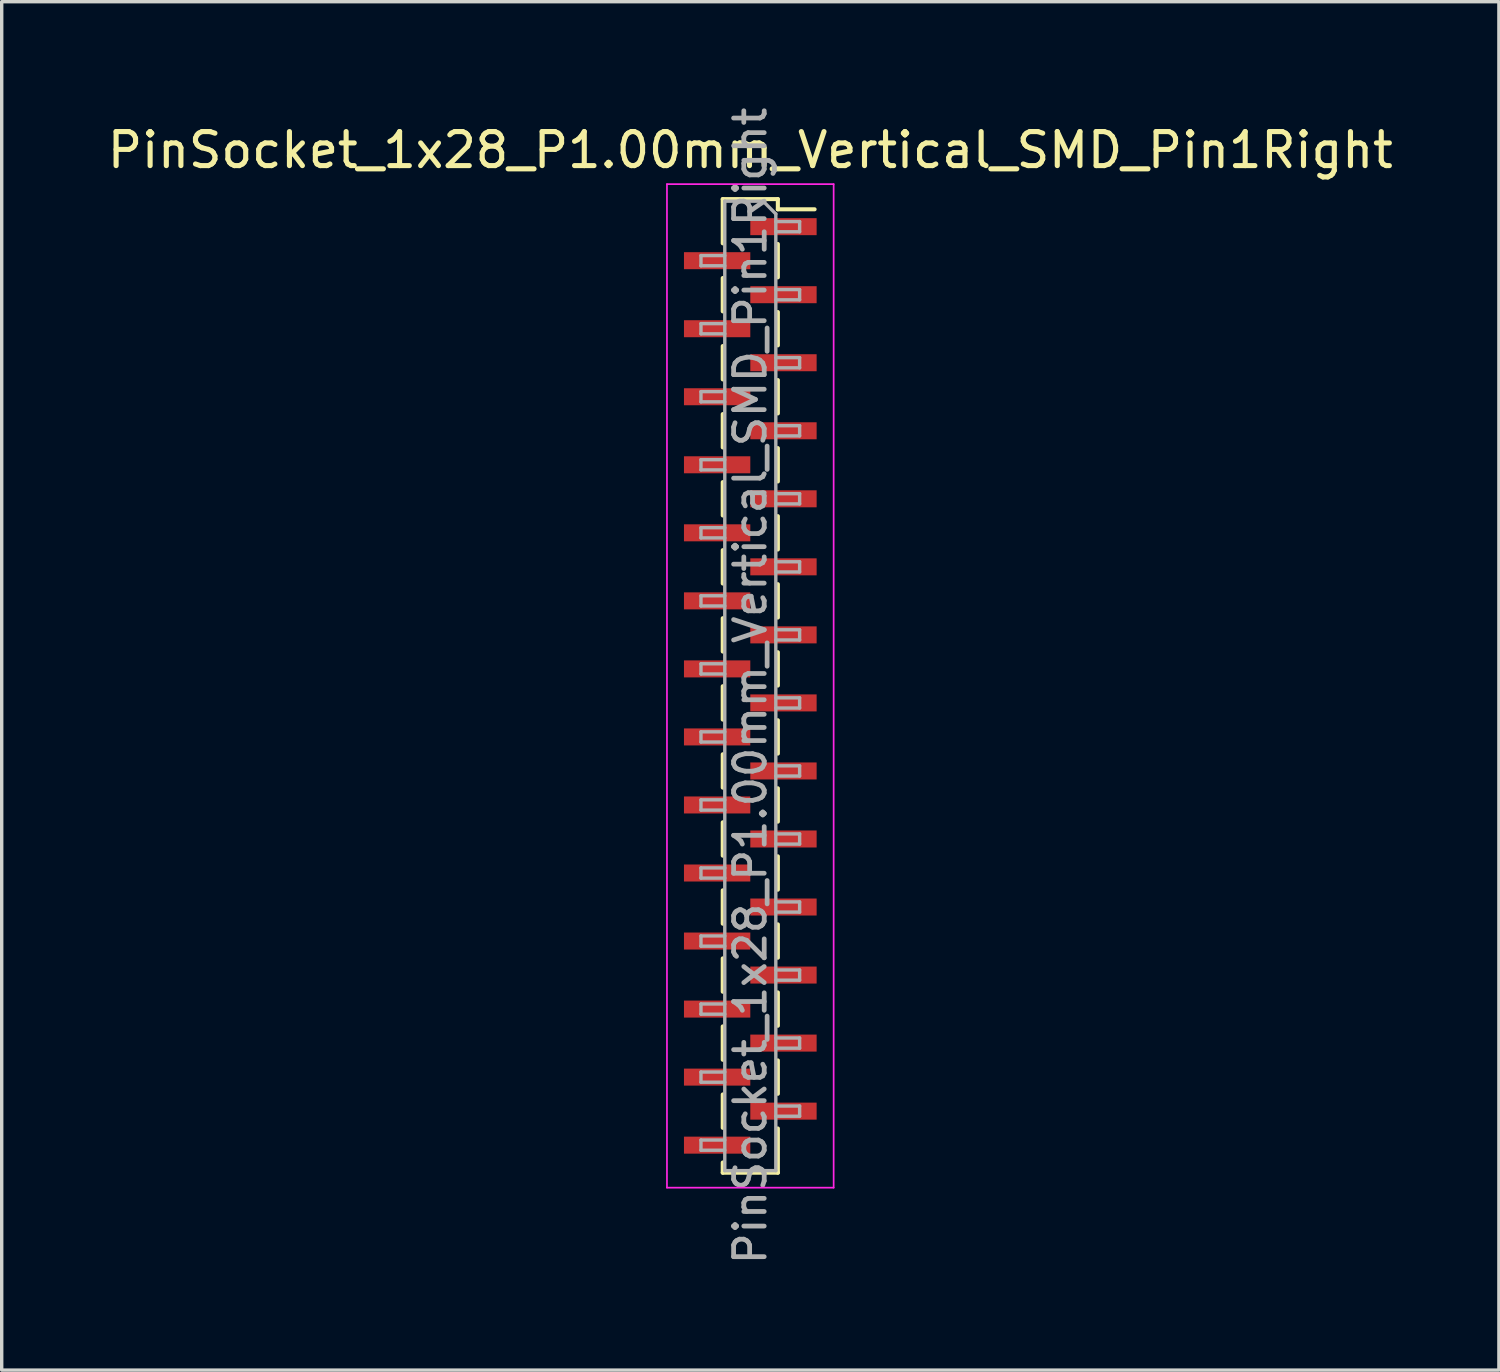
<source format=kicad_pcb>
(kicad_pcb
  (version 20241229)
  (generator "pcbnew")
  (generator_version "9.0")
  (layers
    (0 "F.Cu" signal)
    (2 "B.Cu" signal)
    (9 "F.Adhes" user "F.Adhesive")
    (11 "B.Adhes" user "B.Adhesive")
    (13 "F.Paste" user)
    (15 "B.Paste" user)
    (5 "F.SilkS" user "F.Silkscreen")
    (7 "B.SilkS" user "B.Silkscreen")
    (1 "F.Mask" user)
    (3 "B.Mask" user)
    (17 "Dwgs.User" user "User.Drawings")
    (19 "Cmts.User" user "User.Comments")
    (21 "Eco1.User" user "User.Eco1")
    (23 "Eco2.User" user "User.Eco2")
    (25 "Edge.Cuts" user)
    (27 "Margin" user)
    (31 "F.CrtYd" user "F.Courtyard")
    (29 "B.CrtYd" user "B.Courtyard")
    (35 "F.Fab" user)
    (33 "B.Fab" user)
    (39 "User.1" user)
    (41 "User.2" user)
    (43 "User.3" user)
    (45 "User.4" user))
  (footprint "PinSocket_1x28_P1.00mm_Vertical_SMD_Pin1Right"
    (layer "F.Cu")
    (at 19.006 17.113)
    (property "Reference" "PinSocket_1x28_P1.00mm_Vertical_SMD_Pin1Right" (at 0 -15.75 0) (layer "F.SilkS") (effects (font (size 1 1) (thickness 0.15))))
    (attr smd)
    (fp_line (start -0.81 -14.31) (end -0.81 -13.01) (stroke (width 0.12) (type solid)) (layer "F.SilkS"))
    (fp_line (start -0.81 -14.31) (end 0.81 -14.31) (stroke (width 0.12) (type solid)) (layer "F.SilkS"))
    (fp_line (start -0.81 -11.99) (end -0.81 -11.01) (stroke (width 0.12) (type solid)) (layer "F.SilkS"))
    (fp_line (start -0.81 -9.99) (end -0.81 -9.01) (stroke (width 0.12) (type solid)) (layer "F.SilkS"))
    (fp_line (start -0.81 -7.99) (end -0.81 -7.01) (stroke (width 0.12) (type solid)) (layer "F.SilkS"))
    (fp_line (start -0.81 -5.99) (end -0.81 -5.01) (stroke (width 0.12) (type solid)) (layer "F.SilkS"))
    (fp_line (start -0.81 -3.99) (end -0.81 -3.01) (stroke (width 0.12) (type solid)) (layer "F.SilkS"))
    (fp_line (start -0.81 -1.99) (end -0.81 -1.01) (stroke (width 0.12) (type solid)) (layer "F.SilkS"))
    (fp_line (start -0.81 0.01) (end -0.81 0.99) (stroke (width 0.12) (type solid)) (layer "F.SilkS"))
    (fp_line (start -0.81 2.01) (end -0.81 2.99) (stroke (width 0.12) (type solid)) (layer "F.SilkS"))
    (fp_line (start -0.81 4.01) (end -0.81 4.99) (stroke (width 0.12) (type solid)) (layer "F.SilkS"))
    (fp_line (start -0.81 6.01) (end -0.81 6.99) (stroke (width 0.12) (type solid)) (layer "F.SilkS"))
    (fp_line (start -0.81 8.01) (end -0.81 8.99) (stroke (width 0.12) (type solid)) (layer "F.SilkS"))
    (fp_line (start -0.81 10.01) (end -0.81 10.99) (stroke (width 0.12) (type solid)) (layer "F.SilkS"))
    (fp_line (start -0.81 12.01) (end -0.81 12.99) (stroke (width 0.12) (type solid)) (layer "F.SilkS"))
    (fp_line (start -0.81 14.01) (end -0.81 14.31) (stroke (width 0.12) (type solid)) (layer "F.SilkS"))
    (fp_line (start -0.81 14.31) (end 0.81 14.31) (stroke (width 0.12) (type solid)) (layer "F.SilkS"))
    (fp_line (start 0.81 -14.31) (end 0.81 -14.01) (stroke (width 0.12) (type solid)) (layer "F.SilkS"))
    (fp_line (start 0.81 -14.01) (end 1.89 -14.01) (stroke (width 0.12) (type solid)) (layer "F.SilkS"))
    (fp_line (start 0.81 -12.99) (end 0.81 -12.01) (stroke (width 0.12) (type solid)) (layer "F.SilkS"))
    (fp_line (start 0.81 -10.99) (end 0.81 -10.01) (stroke (width 0.12) (type solid)) (layer "F.SilkS"))
    (fp_line (start 0.81 -8.99) (end 0.81 -8.01) (stroke (width 0.12) (type solid)) (layer "F.SilkS"))
    (fp_line (start 0.81 -6.99) (end 0.81 -6.01) (stroke (width 0.12) (type solid)) (layer "F.SilkS"))
    (fp_line (start 0.81 -4.99) (end 0.81 -4.01) (stroke (width 0.12) (type solid)) (layer "F.SilkS"))
    (fp_line (start 0.81 -2.99) (end 0.81 -2.01) (stroke (width 0.12) (type solid)) (layer "F.SilkS"))
    (fp_line (start 0.81 -0.99) (end 0.81 -0.01) (stroke (width 0.12) (type solid)) (layer "F.SilkS"))
    (fp_line (start 0.81 1.01) (end 0.81 1.99) (stroke (width 0.12) (type solid)) (layer "F.SilkS"))
    (fp_line (start 0.81 3.01) (end 0.81 3.99) (stroke (width 0.12) (type solid)) (layer "F.SilkS"))
    (fp_line (start 0.81 5.01) (end 0.81 5.99) (stroke (width 0.12) (type solid)) (layer "F.SilkS"))
    (fp_line (start 0.81 7.01) (end 0.81 7.99) (stroke (width 0.12) (type solid)) (layer "F.SilkS"))
    (fp_line (start 0.81 9.01) (end 0.81 9.99) (stroke (width 0.12) (type solid)) (layer "F.SilkS"))
    (fp_line (start 0.81 11.01) (end 0.81 11.99) (stroke (width 0.12) (type solid)) (layer "F.SilkS"))
    (fp_line (start 0.81 13.01) (end 0.81 14.31) (stroke (width 0.12) (type solid)) (layer "F.SilkS"))
    (fp_line (start -2.45 -14.75) (end 2.45 -14.75) (stroke (width 0.05) (type solid)) (layer "F.CrtYd"))
    (fp_line (start -2.45 14.75) (end -2.45 -14.75) (stroke (width 0.05) (type solid)) (layer "F.CrtYd"))
    (fp_line (start 2.45 -14.75) (end 2.45 14.75) (stroke (width 0.05) (type solid)) (layer "F.CrtYd"))
    (fp_line (start 2.45 14.75) (end -2.45 14.75) (stroke (width 0.05) (type solid)) (layer "F.CrtYd"))
    (fp_line (start -1.45 -12.65) (end -0.75 -12.65) (stroke (width 0.1) (type solid)) (layer "F.Fab"))
    (fp_line (start -1.45 -12.35) (end -1.45 -12.65) (stroke (width 0.1) (type solid)) (layer "F.Fab"))
    (fp_line (start -1.45 -10.65) (end -0.75 -10.65) (stroke (width 0.1) (type solid)) (layer "F.Fab"))
    (fp_line (start -1.45 -10.35) (end -1.45 -10.65) (stroke (width 0.1) (type solid)) (layer "F.Fab"))
    (fp_line (start -1.45 -8.65) (end -0.75 -8.65) (stroke (width 0.1) (type solid)) (layer "F.Fab"))
    (fp_line (start -1.45 -8.35) (end -1.45 -8.65) (stroke (width 0.1) (type solid)) (layer "F.Fab"))
    (fp_line (start -1.45 -6.65) (end -0.75 -6.65) (stroke (width 0.1) (type solid)) (layer "F.Fab"))
    (fp_line (start -1.45 -6.35) (end -1.45 -6.65) (stroke (width 0.1) (type solid)) (layer "F.Fab"))
    (fp_line (start -1.45 -4.65) (end -0.75 -4.65) (stroke (width 0.1) (type solid)) (layer "F.Fab"))
    (fp_line (start -1.45 -4.35) (end -1.45 -4.65) (stroke (width 0.1) (type solid)) (layer "F.Fab"))
    (fp_line (start -1.45 -2.65) (end -0.75 -2.65) (stroke (width 0.1) (type solid)) (layer "F.Fab"))
    (fp_line (start -1.45 -2.35) (end -1.45 -2.65) (stroke (width 0.1) (type solid)) (layer "F.Fab"))
    (fp_line (start -1.45 -0.65) (end -0.75 -0.65) (stroke (width 0.1) (type solid)) (layer "F.Fab"))
    (fp_line (start -1.45 -0.35) (end -1.45 -0.65) (stroke (width 0.1) (type solid)) (layer "F.Fab"))
    (fp_line (start -1.45 1.35) (end -0.75 1.35) (stroke (width 0.1) (type solid)) (layer "F.Fab"))
    (fp_line (start -1.45 1.65) (end -1.45 1.35) (stroke (width 0.1) (type solid)) (layer "F.Fab"))
    (fp_line (start -1.45 3.35) (end -0.75 3.35) (stroke (width 0.1) (type solid)) (layer "F.Fab"))
    (fp_line (start -1.45 3.65) (end -1.45 3.35) (stroke (width 0.1) (type solid)) (layer "F.Fab"))
    (fp_line (start -1.45 5.35) (end -0.75 5.35) (stroke (width 0.1) (type solid)) (layer "F.Fab"))
    (fp_line (start -1.45 5.65) (end -1.45 5.35) (stroke (width 0.1) (type solid)) (layer "F.Fab"))
    (fp_line (start -1.45 7.35) (end -0.75 7.35) (stroke (width 0.1) (type solid)) (layer "F.Fab"))
    (fp_line (start -1.45 7.65) (end -1.45 7.35) (stroke (width 0.1) (type solid)) (layer "F.Fab"))
    (fp_line (start -1.45 9.35) (end -0.75 9.35) (stroke (width 0.1) (type solid)) (layer "F.Fab"))
    (fp_line (start -1.45 9.65) (end -1.45 9.35) (stroke (width 0.1) (type solid)) (layer "F.Fab"))
    (fp_line (start -1.45 11.35) (end -0.75 11.35) (stroke (width 0.1) (type solid)) (layer "F.Fab"))
    (fp_line (start -1.45 11.65) (end -1.45 11.35) (stroke (width 0.1) (type solid)) (layer "F.Fab"))
    (fp_line (start -1.45 13.35) (end -0.75 13.35) (stroke (width 0.1) (type solid)) (layer "F.Fab"))
    (fp_line (start -1.45 13.65) (end -1.45 13.35) (stroke (width 0.1) (type solid)) (layer "F.Fab"))
    (fp_line (start -0.75 -14.25) (end 0.375 -14.25) (stroke (width 0.1) (type solid)) (layer "F.Fab"))
    (fp_line (start -0.75 -12.35) (end -1.45 -12.35) (stroke (width 0.1) (type solid)) (layer "F.Fab"))
    (fp_line (start -0.75 -10.35) (end -1.45 -10.35) (stroke (width 0.1) (type solid)) (layer "F.Fab"))
    (fp_line (start -0.75 -8.35) (end -1.45 -8.35) (stroke (width 0.1) (type solid)) (layer "F.Fab"))
    (fp_line (start -0.75 -6.35) (end -1.45 -6.35) (stroke (width 0.1) (type solid)) (layer "F.Fab"))
    (fp_line (start -0.75 -4.35) (end -1.45 -4.35) (stroke (width 0.1) (type solid)) (layer "F.Fab"))
    (fp_line (start -0.75 -2.35) (end -1.45 -2.35) (stroke (width 0.1) (type solid)) (layer "F.Fab"))
    (fp_line (start -0.75 -0.35) (end -1.45 -0.35) (stroke (width 0.1) (type solid)) (layer "F.Fab"))
    (fp_line (start -0.75 1.65) (end -1.45 1.65) (stroke (width 0.1) (type solid)) (layer "F.Fab"))
    (fp_line (start -0.75 3.65) (end -1.45 3.65) (stroke (width 0.1) (type solid)) (layer "F.Fab"))
    (fp_line (start -0.75 5.65) (end -1.45 5.65) (stroke (width 0.1) (type solid)) (layer "F.Fab"))
    (fp_line (start -0.75 7.65) (end -1.45 7.65) (stroke (width 0.1) (type solid)) (layer "F.Fab"))
    (fp_line (start -0.75 9.65) (end -1.45 9.65) (stroke (width 0.1) (type solid)) (layer "F.Fab"))
    (fp_line (start -0.75 11.65) (end -1.45 11.65) (stroke (width 0.1) (type solid)) (layer "F.Fab"))
    (fp_line (start -0.75 13.65) (end -1.45 13.65) (stroke (width 0.1) (type solid)) (layer "F.Fab"))
    (fp_line (start -0.75 14.25) (end -0.75 -14.25) (stroke (width 0.1) (type solid)) (layer "F.Fab"))
    (fp_line (start 0.375 -14.25) (end 0.75 -13.875) (stroke (width 0.1) (type solid)) (layer "F.Fab"))
    (fp_line (start 0.75 -13.875) (end 0.75 14.25) (stroke (width 0.1) (type solid)) (layer "F.Fab"))
    (fp_line (start 0.75 -13.65) (end 1.45 -13.65) (stroke (width 0.1) (type solid)) (layer "F.Fab"))
    (fp_line (start 0.75 -11.65) (end 1.45 -11.65) (stroke (width 0.1) (type solid)) (layer "F.Fab"))
    (fp_line (start 0.75 -9.65) (end 1.45 -9.65) (stroke (width 0.1) (type solid)) (layer "F.Fab"))
    (fp_line (start 0.75 -7.65) (end 1.45 -7.65) (stroke (width 0.1) (type solid)) (layer "F.Fab"))
    (fp_line (start 0.75 -5.65) (end 1.45 -5.65) (stroke (width 0.1) (type solid)) (layer "F.Fab"))
    (fp_line (start 0.75 -3.65) (end 1.45 -3.65) (stroke (width 0.1) (type solid)) (layer "F.Fab"))
    (fp_line (start 0.75 -1.65) (end 1.45 -1.65) (stroke (width 0.1) (type solid)) (layer "F.Fab"))
    (fp_line (start 0.75 0.35) (end 1.45 0.35) (stroke (width 0.1) (type solid)) (layer "F.Fab"))
    (fp_line (start 0.75 2.35) (end 1.45 2.35) (stroke (width 0.1) (type solid)) (layer "F.Fab"))
    (fp_line (start 0.75 4.35) (end 1.45 4.35) (stroke (width 0.1) (type solid)) (layer "F.Fab"))
    (fp_line (start 0.75 6.35) (end 1.45 6.35) (stroke (width 0.1) (type solid)) (layer "F.Fab"))
    (fp_line (start 0.75 8.35) (end 1.45 8.35) (stroke (width 0.1) (type solid)) (layer "F.Fab"))
    (fp_line (start 0.75 10.35) (end 1.45 10.35) (stroke (width 0.1) (type solid)) (layer "F.Fab"))
    (fp_line (start 0.75 12.35) (end 1.45 12.35) (stroke (width 0.1) (type solid)) (layer "F.Fab"))
    (fp_line (start 0.75 14.25) (end -0.75 14.25) (stroke (width 0.1) (type solid)) (layer "F.Fab"))
    (fp_line (start 1.45 -13.65) (end 1.45 -13.35) (stroke (width 0.1) (type solid)) (layer "F.Fab"))
    (fp_line (start 1.45 -13.35) (end 0.75 -13.35) (stroke (width 0.1) (type solid)) (layer "F.Fab"))
    (fp_line (start 1.45 -11.65) (end 1.45 -11.35) (stroke (width 0.1) (type solid)) (layer "F.Fab"))
    (fp_line (start 1.45 -11.35) (end 0.75 -11.35) (stroke (width 0.1) (type solid)) (layer "F.Fab"))
    (fp_line (start 1.45 -9.65) (end 1.45 -9.35) (stroke (width 0.1) (type solid)) (layer "F.Fab"))
    (fp_line (start 1.45 -9.35) (end 0.75 -9.35) (stroke (width 0.1) (type solid)) (layer "F.Fab"))
    (fp_line (start 1.45 -7.65) (end 1.45 -7.35) (stroke (width 0.1) (type solid)) (layer "F.Fab"))
    (fp_line (start 1.45 -7.35) (end 0.75 -7.35) (stroke (width 0.1) (type solid)) (layer "F.Fab"))
    (fp_line (start 1.45 -5.65) (end 1.45 -5.35) (stroke (width 0.1) (type solid)) (layer "F.Fab"))
    (fp_line (start 1.45 -5.35) (end 0.75 -5.35) (stroke (width 0.1) (type solid)) (layer "F.Fab"))
    (fp_line (start 1.45 -3.65) (end 1.45 -3.35) (stroke (width 0.1) (type solid)) (layer "F.Fab"))
    (fp_line (start 1.45 -3.35) (end 0.75 -3.35) (stroke (width 0.1) (type solid)) (layer "F.Fab"))
    (fp_line (start 1.45 -1.65) (end 1.45 -1.35) (stroke (width 0.1) (type solid)) (layer "F.Fab"))
    (fp_line (start 1.45 -1.35) (end 0.75 -1.35) (stroke (width 0.1) (type solid)) (layer "F.Fab"))
    (fp_line (start 1.45 0.35) (end 1.45 0.65) (stroke (width 0.1) (type solid)) (layer "F.Fab"))
    (fp_line (start 1.45 0.65) (end 0.75 0.65) (stroke (width 0.1) (type solid)) (layer "F.Fab"))
    (fp_line (start 1.45 2.35) (end 1.45 2.65) (stroke (width 0.1) (type solid)) (layer "F.Fab"))
    (fp_line (start 1.45 2.65) (end 0.75 2.65) (stroke (width 0.1) (type solid)) (layer "F.Fab"))
    (fp_line (start 1.45 4.35) (end 1.45 4.65) (stroke (width 0.1) (type solid)) (layer "F.Fab"))
    (fp_line (start 1.45 4.65) (end 0.75 4.65) (stroke (width 0.1) (type solid)) (layer "F.Fab"))
    (fp_line (start 1.45 6.35) (end 1.45 6.65) (stroke (width 0.1) (type solid)) (layer "F.Fab"))
    (fp_line (start 1.45 6.65) (end 0.75 6.65) (stroke (width 0.1) (type solid)) (layer "F.Fab"))
    (fp_line (start 1.45 8.35) (end 1.45 8.65) (stroke (width 0.1) (type solid)) (layer "F.Fab"))
    (fp_line (start 1.45 8.65) (end 0.75 8.65) (stroke (width 0.1) (type solid)) (layer "F.Fab"))
    (fp_line (start 1.45 10.35) (end 1.45 10.65) (stroke (width 0.1) (type solid)) (layer "F.Fab"))
    (fp_line (start 1.45 10.65) (end 0.75 10.65) (stroke (width 0.1) (type solid)) (layer "F.Fab"))
    (fp_line (start 1.45 12.35) (end 1.45 12.65) (stroke (width 0.1) (type solid)) (layer "F.Fab"))
    (fp_line (start 1.45 12.65) (end 0.75 12.65) (stroke (width 0.1) (type solid)) (layer "F.Fab"))
    (fp_text user "${REFERENCE}" (at 0 0 90) (layer "F.Fab") (effects (font (size 0.9 0.9) (thickness 0.14))))
    (pad "1" smd rect (at 0.975 -13.5) (size 1.95 0.5) (layers "F.Cu" "F.Mask" "F.Paste"))
    (pad "2" smd rect (at -0.975 -12.5) (size 1.95 0.5) (layers "F.Cu" "F.Mask" "F.Paste"))
    (pad "3" smd rect (at 0.975 -11.5) (size 1.95 0.5) (layers "F.Cu" "F.Mask" "F.Paste"))
    (pad "4" smd rect (at -0.975 -10.5) (size 1.95 0.5) (layers "F.Cu" "F.Mask" "F.Paste"))
    (pad "5" smd rect (at 0.975 -9.5) (size 1.95 0.5) (layers "F.Cu" "F.Mask" "F.Paste"))
    (pad "6" smd rect (at -0.975 -8.5) (size 1.95 0.5) (layers "F.Cu" "F.Mask" "F.Paste"))
    (pad "7" smd rect (at 0.975 -7.5) (size 1.95 0.5) (layers "F.Cu" "F.Mask" "F.Paste"))
    (pad "8" smd rect (at -0.975 -6.5) (size 1.95 0.5) (layers "F.Cu" "F.Mask" "F.Paste"))
    (pad "9" smd rect (at 0.975 -5.5) (size 1.95 0.5) (layers "F.Cu" "F.Mask" "F.Paste"))
    (pad "10" smd rect (at -0.975 -4.5) (size 1.95 0.5) (layers "F.Cu" "F.Mask" "F.Paste"))
    (pad "11" smd rect (at 0.975 -3.5) (size 1.95 0.5) (layers "F.Cu" "F.Mask" "F.Paste"))
    (pad "12" smd rect (at -0.975 -2.5) (size 1.95 0.5) (layers "F.Cu" "F.Mask" "F.Paste"))
    (pad "13" smd rect (at 0.975 -1.5) (size 1.95 0.5) (layers "F.Cu" "F.Mask" "F.Paste"))
    (pad "14" smd rect (at -0.975 -0.5) (size 1.95 0.5) (layers "F.Cu" "F.Mask" "F.Paste"))
    (pad "15" smd rect (at 0.975 0.5) (size 1.95 0.5) (layers "F.Cu" "F.Mask" "F.Paste"))
    (pad "16" smd rect (at -0.975 1.5) (size 1.95 0.5) (layers "F.Cu" "F.Mask" "F.Paste"))
    (pad "17" smd rect (at 0.975 2.5) (size 1.95 0.5) (layers "F.Cu" "F.Mask" "F.Paste"))
    (pad "18" smd rect (at -0.975 3.5) (size 1.95 0.5) (layers "F.Cu" "F.Mask" "F.Paste"))
    (pad "19" smd rect (at 0.975 4.5) (size 1.95 0.5) (layers "F.Cu" "F.Mask" "F.Paste"))
    (pad "20" smd rect (at -0.975 5.5) (size 1.95 0.5) (layers "F.Cu" "F.Mask" "F.Paste"))
    (pad "21" smd rect (at 0.975 6.5) (size 1.95 0.5) (layers "F.Cu" "F.Mask" "F.Paste"))
    (pad "22" smd rect (at -0.975 7.5) (size 1.95 0.5) (layers "F.Cu" "F.Mask" "F.Paste"))
    (pad "23" smd rect (at 0.975 8.5) (size 1.95 0.5) (layers "F.Cu" "F.Mask" "F.Paste"))
    (pad "24" smd rect (at -0.975 9.5) (size 1.95 0.5) (layers "F.Cu" "F.Mask" "F.Paste"))
    (pad "25" smd rect (at 0.975 10.5) (size 1.95 0.5) (layers "F.Cu" "F.Mask" "F.Paste"))
    (pad "26" smd rect (at -0.975 11.5) (size 1.95 0.5) (layers "F.Cu" "F.Mask" "F.Paste"))
    (pad "27" smd rect (at 0.975 12.5) (size 1.95 0.5) (layers "F.Cu" "F.Mask" "F.Paste"))
    (pad "28" smd rect (at -0.975 13.5) (size 1.95 0.5) (layers "F.Cu" "F.Mask" "F.Paste")))
  (gr_rect
    (start -3 -3)
    (end 41.012 37.226)
    (stroke (width 0.1) (type default))
    (fill no)
    (layer "Edge.Cuts")))
</source>
